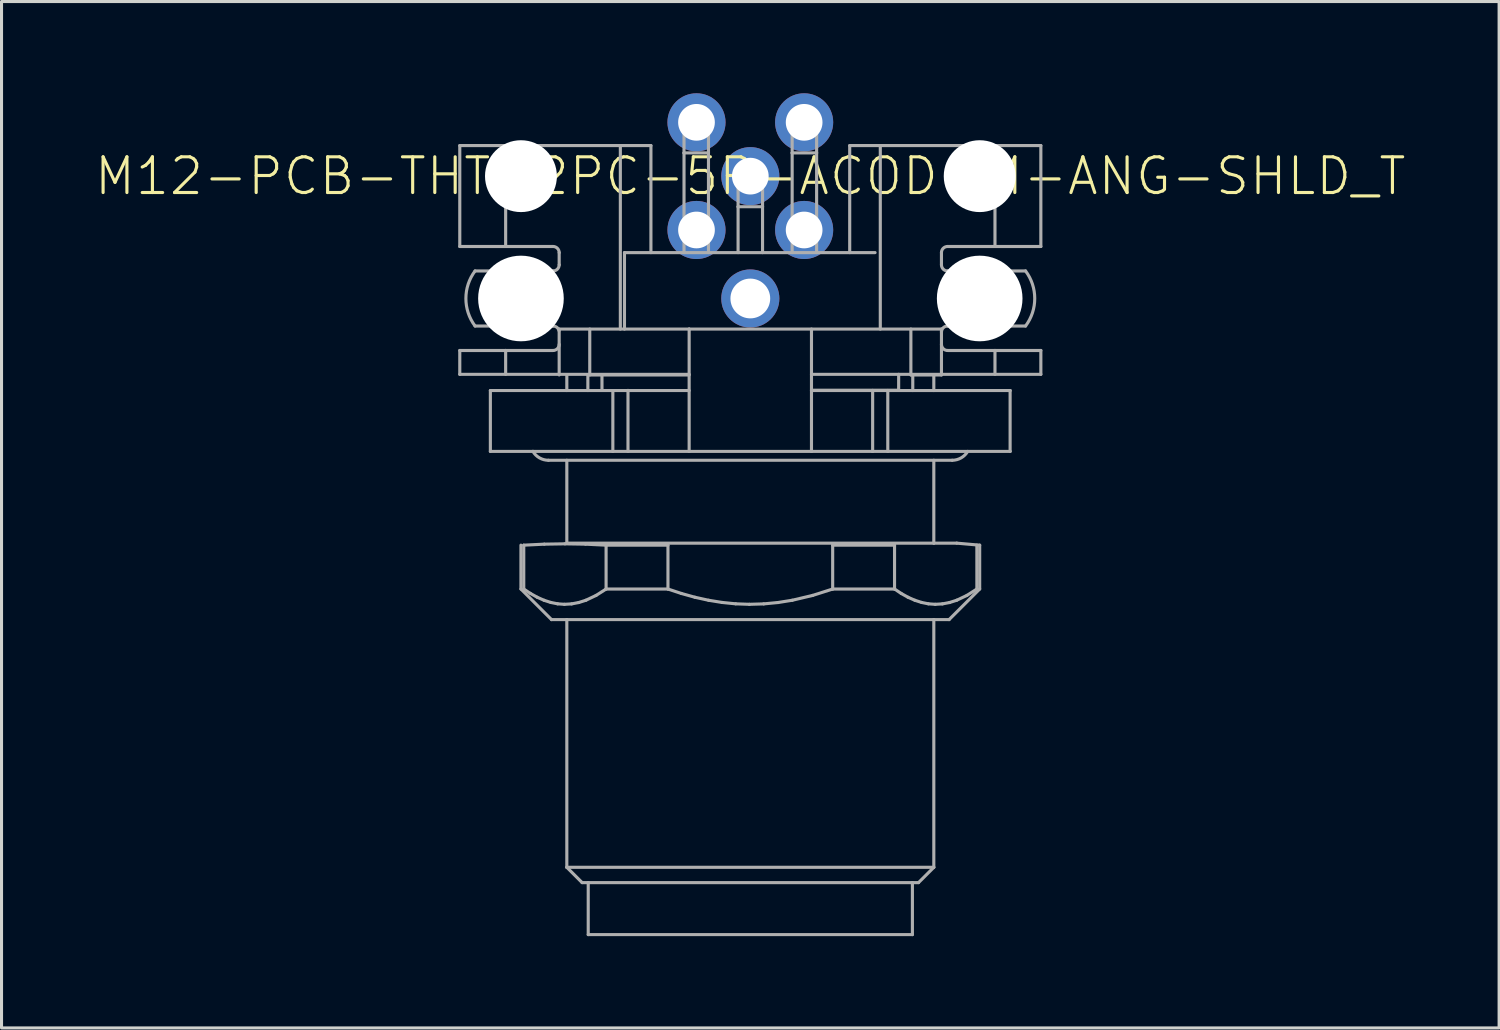
<source format=kicad_pcb>
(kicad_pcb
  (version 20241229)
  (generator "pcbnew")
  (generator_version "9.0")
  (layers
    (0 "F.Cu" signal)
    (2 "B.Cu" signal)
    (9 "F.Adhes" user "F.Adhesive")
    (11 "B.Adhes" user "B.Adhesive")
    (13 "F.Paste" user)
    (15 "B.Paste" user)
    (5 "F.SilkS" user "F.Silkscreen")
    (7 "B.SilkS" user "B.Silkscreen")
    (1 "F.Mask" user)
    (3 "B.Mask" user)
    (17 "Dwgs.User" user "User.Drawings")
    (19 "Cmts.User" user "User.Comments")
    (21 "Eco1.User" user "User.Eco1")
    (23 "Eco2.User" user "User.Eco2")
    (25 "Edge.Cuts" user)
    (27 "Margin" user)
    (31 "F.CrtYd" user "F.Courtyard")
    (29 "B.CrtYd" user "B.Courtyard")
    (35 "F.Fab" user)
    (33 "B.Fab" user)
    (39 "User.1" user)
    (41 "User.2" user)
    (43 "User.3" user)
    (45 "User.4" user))
  (footprint "M12-PCB-THT-2PC-5P-ACOD-M-ANG-SHLD_T"
    (layer "F.Cu")
    (at 21.484 2.71)
    (property "Reference" "M12-PCB-THT-2PC-5P-ACOD-M-ANG-SHLD_T" (at 0 0 0) (unlocked yes) (layer "F.SilkS") (effects (font (size 1.168 1.168) (thickness 0.102))))
    (fp_line (start -9.5 -1) (end -9.5 2.3) (stroke (width 0.102) (type solid)) (layer "F.Fab"))
    (fp_line (start -9.5 6.48) (end -9.5 5.7) (stroke (width 0.102) (type solid)) (layer "F.Fab"))
    (fp_line (start -9 4.9) (end -6.45 4.9) (stroke (width 0.102) (type solid)) (layer "F.Fab"))
    (fp_line (start -8.55 -0.5) (end -8.182 -0.5) (stroke (width 0.001) (type solid)) (layer "F.Fab"))
    (fp_line (start -8.5 3.1) (end -8.5 4.9) (stroke (width 0.102) (type solid)) (layer "F.Fab"))
    (fp_line (start -8.5 7.01) (end -8.5 9) (stroke (width 0.102) (type solid)) (layer "F.Fab"))
    (fp_line (start -8.5 7.01) (end -2 7.01) (stroke (width 0.102) (type solid)) (layer "F.Fab"))
    (fp_line (start -8.5 9) (end -7.108 9) (stroke (width 0.102) (type solid)) (layer "F.Fab"))
    (fp_line (start -8.495 9) (end -8.495 7.007) (stroke (width 0.001) (type solid)) (layer "F.Fab"))
    (fp_line (start -8.366 -0.316) (end -8.366 -0.684) (stroke (width 0.001) (type solid)) (layer "F.Fab"))
    (fp_line (start -8.235 0) (end -6.765 0) (stroke (width 0.001) (type solid)) (layer "F.Fab"))
    (fp_line (start -8 3.1) (end -9 3.1) (stroke (width 0.102) (type solid)) (layer "F.Fab"))
    (fp_line (start -8 3.1) (end -8 4.9) (stroke (width 0.102) (type solid)) (layer "F.Fab"))
    (fp_line (start -8 -1) (end -9.5 -1) (stroke (width 0.102) (type solid)) (layer "F.Fab"))
    (fp_line (start -8 -1) (end -8 2.3) (stroke (width 0.102) (type solid)) (layer "F.Fab"))
    (fp_line (start -8 2.3) (end -9.5 2.3) (stroke (width 0.102) (type solid)) (layer "F.Fab"))
    (fp_line (start -8 5.7) (end -9.5 5.7) (stroke (width 0.102) (type solid)) (layer "F.Fab"))
    (fp_line (start -8 6.48) (end -8 5.7) (stroke (width 0.102) (type solid)) (layer "F.Fab"))
    (fp_line (start -7.684 1) (end -7.316 1) (stroke (width 0.001) (type solid)) (layer "F.Fab"))
    (fp_line (start -7.5 0.735) (end -7.5 -0.735) (stroke (width 0.001) (type solid)) (layer "F.Fab"))
    (fp_line (start -7.5 1.184) (end -7.5 0.816) (stroke (width 0.001) (type solid)) (layer "F.Fab"))
    (fp_line (start -7.5 12.066) (end -7.5 13.5) (stroke (width 0.102) (type solid)) (layer "F.Fab"))
    (fp_line (start -7.5 12.066) (end -7.408 12.066) (stroke (width 0.001) (type solid)) (layer "F.Fab"))
    (fp_line (start -7.5 13.5) (end -7.408 13.5) (stroke (width 0.001) (type solid)) (layer "F.Fab"))
    (fp_line (start -7.5 13.5) (end -6.5 14.5) (stroke (width 0.102) (type solid)) (layer "F.Fab"))
    (fp_line (start -7.408 13.5) (end -7.408 12.066) (stroke (width 0.102) (type solid)) (layer "F.Fab"))
    (fp_line (start -7.22 8.7) (end -5.981 8.7) (stroke (width 0.001) (type solid)) (layer "F.Fab"))
    (fp_line (start -7.19 13.645) (end -7.408 13.5) (stroke (width 0.102) (type solid)) (layer "F.Fab"))
    (fp_line (start -7.108 9) (end -4.495 9) (stroke (width 0.102) (type solid)) (layer "F.Fab"))
    (fp_line (start -6.968 13.769) (end -7.19 13.645) (stroke (width 0.102) (type solid)) (layer "F.Fab"))
    (fp_line (start -6.818 -0.5) (end -6.45 -0.5) (stroke (width 0.001) (type solid)) (layer "F.Fab"))
    (fp_line (start -6.75 12) (end -7.5 12.066) (stroke (width 0.001) (type solid)) (layer "F.Fab"))
    (fp_line (start -6.744 13.868) (end -6.968 13.769) (stroke (width 0.102) (type solid)) (layer "F.Fab"))
    (fp_line (start -6.735 12.033) (end -7.408 12.066) (stroke (width 0.102) (type solid)) (layer "F.Fab"))
    (fp_line (start -6.634 -0.316) (end -6.634 -0.684) (stroke (width 0.001) (type solid)) (layer "F.Fab"))
    (fp_line (start -6.6 9.29) (end -6.6 8.081) (stroke (width 0.001) (type solid)) (layer "F.Fab"))
    (fp_line (start -6.6 9.29) (end 6.6 9.29) (stroke (width 0.102) (type solid)) (layer "F.Fab"))
    (fp_line (start -6.6 9.29) (end -6.6 9.29) (stroke (width 0.001) (type solid)) (layer "F.Fab"))
    (fp_line (start -6.6 9.319) (end -6.6 9.29) (stroke (width 0.001) (type solid)) (layer "F.Fab"))
    (fp_line (start -6.524 13.939) (end -6.744 13.868) (stroke (width 0.102) (type solid)) (layer "F.Fab"))
    (fp_line (start -6.5 14.5) (end -6 14.5) (stroke (width 0.102) (type solid)) (layer "F.Fab"))
    (fp_line (start -6.45 2.3) (end -8 2.3) (stroke (width 0.102) (type solid)) (layer "F.Fab"))
    (fp_line (start -6.45 3.1) (end -8 3.1) (stroke (width 0.102) (type solid)) (layer "F.Fab"))
    (fp_line (start -6.45 5.7) (end -8 5.7) (stroke (width 0.102) (type solid)) (layer "F.Fab"))
    (fp_line (start -6.301 13.984) (end -6.524 13.939) (stroke (width 0.102) (type solid)) (layer "F.Fab"))
    (fp_line (start -6.25 2.5) (end -6.25 2.9) (stroke (width 0.102) (type solid)) (layer "F.Fab"))
    (fp_line (start -6.25 6.5) (end -6.25 5) (stroke (width 0.102) (type solid)) (layer "F.Fab"))
    (fp_line (start -6.079 14) (end -6.301 13.984) (stroke (width 0.102) (type solid)) (layer "F.Fab"))
    (fp_line (start -6.061 12.022) (end -6.735 12.033) (stroke (width 0.102) (type solid)) (layer "F.Fab"))
    (fp_line (start -6 6.5) (end -6 7.01) (stroke (width 0.102) (type solid)) (layer "F.Fab"))
    (fp_line (start -6 9.29) (end -6 12) (stroke (width 0.102) (type solid)) (layer "F.Fab"))
    (fp_line (start -6 12) (end -6.75 12) (stroke (width 0.001) (type solid)) (layer "F.Fab"))
    (fp_line (start -6 14.5) (end -6 22.6) (stroke (width 0.102) (type solid)) (layer "F.Fab"))
    (fp_line (start -6 14.5) (end 6 14.5) (stroke (width 0.102) (type solid)) (layer "F.Fab"))
    (fp_line (start -6 22.6) (end -5.5 23.1) (stroke (width 0.102) (type solid)) (layer "F.Fab"))
    (fp_line (start -6 22.6) (end 6 22.6) (stroke (width 0.102) (type solid)) (layer "F.Fab"))
    (fp_line (start -5.843 13.986) (end -6.079 14) (stroke (width 0.102) (type solid)) (layer "F.Fab"))
    (fp_line (start -5.609 13.941) (end -5.843 13.986) (stroke (width 0.102) (type solid)) (layer "F.Fab"))
    (fp_line (start -5.5 23.1) (end 5.5 23.1) (stroke (width 0.102) (type solid)) (layer "F.Fab"))
    (fp_line (start -5.389 12.033) (end -6.061 12.022) (stroke (width 0.102) (type solid)) (layer "F.Fab"))
    (fp_line (start -5.376 13.867) (end -5.609 13.941) (stroke (width 0.102) (type solid)) (layer "F.Fab"))
    (fp_line (start -5.312 6.5) (end -5.312 7.01) (stroke (width 0.102) (type solid)) (layer "F.Fab"))
    (fp_line (start -5.3 23.1) (end -5.3 24.8) (stroke (width 0.102) (type solid)) (layer "F.Fab"))
    (fp_line (start -5.25 6.5) (end -6.25 6.5) (stroke (width 0.001) (type solid)) (layer "F.Fab"))
    (fp_line (start -5.25 6.5) (end -5.25 5) (stroke (width 0.102) (type solid)) (layer "F.Fab"))
    (fp_line (start -5.043 13.709) (end -5.376 13.867) (stroke (width 0.102) (type solid)) (layer "F.Fab"))
    (fp_line (start -4.851 6.5) (end -4.85 7) (stroke (width 0.102) (type solid)) (layer "F.Fab"))
    (fp_line (start -4.85 7) (end -2 7) (stroke (width 0.001) (type solid)) (layer "F.Fab"))
    (fp_line (start -4.716 12.066) (end -5.389 12.033) (stroke (width 0.102) (type solid)) (layer "F.Fab"))
    (fp_line (start -4.716 12.066) (end -2.693 12.066) (stroke (width 0.102) (type solid)) (layer "F.Fab"))
    (fp_line (start -4.716 13.5) (end -5.043 13.709) (stroke (width 0.102) (type solid)) (layer "F.Fab"))
    (fp_line (start -4.716 13.5) (end -4.716 12.066) (stroke (width 0.102) (type solid)) (layer "F.Fab"))
    (fp_line (start -4.716 13.5) (end -2.693 13.5) (stroke (width 0.102) (type solid)) (layer "F.Fab"))
    (fp_line (start -4.495 7.01) (end -4.495 9) (stroke (width 0.102) (type solid)) (layer "F.Fab"))
    (fp_line (start -4.495 9) (end -4 9) (stroke (width 0.102) (type solid)) (layer "F.Fab"))
    (fp_line (start -4.25 -1) (end -8 -1) (stroke (width 0.102) (type solid)) (layer "F.Fab"))
    (fp_line (start -4.25 5) (end -4.25 -1) (stroke (width 0.102) (type solid)) (layer "F.Fab"))
    (fp_line (start -4.115 2.5) (end -4.115 5) (stroke (width 0.102) (type solid)) (layer "F.Fab"))
    (fp_line (start -4.115 2.5) (end 4.079 2.5) (stroke (width 0.102) (type solid)) (layer "F.Fab"))
    (fp_line (start -4 7.005) (end -4 9) (stroke (width 0.102) (type solid)) (layer "F.Fab"))
    (fp_line (start -4 9) (end -2 9) (stroke (width 0.102) (type solid)) (layer "F.Fab"))
    (fp_line (start -3.25 -1) (end -4.25 -1) (stroke (width 0.102) (type solid)) (layer "F.Fab"))
    (fp_line (start -3.25 2.5) (end -3.25 -1) (stroke (width 0.102) (type solid)) (layer "F.Fab"))
    (fp_line (start -2.693 13.5) (end -2.693 12.066) (stroke (width 0.102) (type solid)) (layer "F.Fab"))
    (fp_line (start -2.256 13.645) (end -2.693 13.5) (stroke (width 0.102) (type solid)) (layer "F.Fab"))
    (fp_line (start -2.188 -1.76) (end -2.168 -1.76) (stroke (width 0.001) (type solid)) (layer "F.Fab"))
    (fp_line (start -2.168 -1.76) (end -2.168 -0.76) (stroke (width 0.102) (type solid)) (layer "F.Fab"))
    (fp_line (start -2.168 -0.76) (end -2.168 2.5) (stroke (width 0.102) (type solid)) (layer "F.Fab"))
    (fp_line (start -2 5) (end -6.25 5) (stroke (width 0.102) (type solid)) (layer "F.Fab"))
    (fp_line (start -2 6.48) (end -9.5 6.48) (stroke (width 0.102) (type solid)) (layer "F.Fab"))
    (fp_line (start -2 6.5) (end -5.25 6.5) (stroke (width 0.102) (type solid)) (layer "F.Fab"))
    (fp_line (start -2 9) (end -2 5) (stroke (width 0.102) (type solid)) (layer "F.Fab"))
    (fp_line (start -2 9) (end 2 9) (stroke (width 0.102) (type solid)) (layer "F.Fab"))
    (fp_line (start -1.812 13.769) (end -2.256 13.645) (stroke (width 0.102) (type solid)) (layer "F.Fab"))
    (fp_line (start -1.368 -1.76) (end -1.348 -1.76) (stroke (width 0.001) (type solid)) (layer "F.Fab"))
    (fp_line (start -1.368 -0.76) (end -2.168 -0.76) (stroke (width 0.102) (type solid)) (layer "F.Fab"))
    (fp_line (start -1.368 -0.76) (end -1.368 -1.76) (stroke (width 0.102) (type solid)) (layer "F.Fab"))
    (fp_line (start -1.368 2.5) (end -1.368 -0.76) (stroke (width 0.102) (type solid)) (layer "F.Fab"))
    (fp_line (start -1.363 13.868) (end -1.812 13.769) (stroke (width 0.102) (type solid)) (layer "F.Fab"))
    (fp_line (start -1.346 12.033) (end -2.693 12.066) (stroke (width 0.001) (type solid)) (layer "F.Fab"))
    (fp_line (start -0.923 13.939) (end -1.363 13.868) (stroke (width 0.102) (type solid)) (layer "F.Fab"))
    (fp_line (start -0.478 13.984) (end -0.923 13.939) (stroke (width 0.102) (type solid)) (layer "F.Fab"))
    (fp_line (start -0.42 0) (end -0.4 0) (stroke (width 0.001) (type solid)) (layer "F.Fab"))
    (fp_line (start -0.4 0) (end -0.4 1) (stroke (width 0.102) (type solid)) (layer "F.Fab"))
    (fp_line (start -0.4 1) (end -0.4 2.5) (stroke (width 0.102) (type solid)) (layer "F.Fab"))
    (fp_line (start -0.033 14) (end -0.478 13.984) (stroke (width 0.102) (type solid)) (layer "F.Fab"))
    (fp_line (start 0.001 12.022) (end -1.346 12.033) (stroke (width 0.001) (type solid)) (layer "F.Fab"))
    (fp_line (start 0.4 1) (end -0.4 1) (stroke (width 0.102) (type solid)) (layer "F.Fab"))
    (fp_line (start 0.4 1) (end 0.4 0) (stroke (width 0.102) (type solid)) (layer "F.Fab"))
    (fp_line (start 0.4 2.5) (end 0.4 1) (stroke (width 0.102) (type solid)) (layer "F.Fab"))
    (fp_line (start 0.438 13.986) (end -0.033 14) (stroke (width 0.102) (type solid)) (layer "F.Fab"))
    (fp_line (start 0.907 13.941) (end 0.438 13.986) (stroke (width 0.102) (type solid)) (layer "F.Fab"))
    (fp_line (start 1.347 12.033) (end 0.001 12.022) (stroke (width 0.001) (type solid)) (layer "F.Fab"))
    (fp_line (start 1.348 -1.76) (end 1.368 -1.76) (stroke (width 0.001) (type solid)) (layer "F.Fab"))
    (fp_line (start 1.368 -1.76) (end 1.368 -0.76) (stroke (width 0.102) (type solid)) (layer "F.Fab"))
    (fp_line (start 1.368 -0.76) (end 1.368 2.5) (stroke (width 0.102) (type solid)) (layer "F.Fab"))
    (fp_line (start 1.372 13.867) (end 0.907 13.941) (stroke (width 0.102) (type solid)) (layer "F.Fab"))
    (fp_line (start 2 5) (end 2 9) (stroke (width 0.102) (type solid)) (layer "F.Fab"))
    (fp_line (start 2 7) (end 4.85 7) (stroke (width 0.102) (type solid)) (layer "F.Fab"))
    (fp_line (start 2 7.01) (end 8.5 7.01) (stroke (width 0.102) (type solid)) (layer "F.Fab"))
    (fp_line (start 2 9) (end 4 9) (stroke (width 0.102) (type solid)) (layer "F.Fab"))
    (fp_line (start 2.039 13.709) (end 1.372 13.867) (stroke (width 0.102) (type solid)) (layer "F.Fab"))
    (fp_line (start 2.168 -1.76) (end 2.188 -1.76) (stroke (width 0.001) (type solid)) (layer "F.Fab"))
    (fp_line (start 2.168 -0.76) (end 1.368 -0.76) (stroke (width 0.102) (type solid)) (layer "F.Fab"))
    (fp_line (start 2.168 -0.76) (end 2.168 -1.76) (stroke (width 0.102) (type solid)) (layer "F.Fab"))
    (fp_line (start 2.168 2.5) (end 2.168 -0.76) (stroke (width 0.102) (type solid)) (layer "F.Fab"))
    (fp_line (start 2.693 12.066) (end 1.347 12.033) (stroke (width 0.001) (type solid)) (layer "F.Fab"))
    (fp_line (start 2.693 12.066) (end 4.716 12.066) (stroke (width 0.102) (type solid)) (layer "F.Fab"))
    (fp_line (start 2.693 13.5) (end 2.039 13.709) (stroke (width 0.102) (type solid)) (layer "F.Fab"))
    (fp_line (start 2.693 13.5) (end 2.693 12.066) (stroke (width 0.102) (type solid)) (layer "F.Fab"))
    (fp_line (start 2.693 13.5) (end 4.716 13.5) (stroke (width 0.102) (type solid)) (layer "F.Fab"))
    (fp_line (start 3.25 -1) (end 4.25 -1) (stroke (width 0.102) (type solid)) (layer "F.Fab"))
    (fp_line (start 3.25 2.5) (end 3.25 -1) (stroke (width 0.102) (type solid)) (layer "F.Fab"))
    (fp_line (start 4 7.005) (end 4 9) (stroke (width 0.102) (type solid)) (layer "F.Fab"))
    (fp_line (start 4 9) (end 4.495 9) (stroke (width 0.102) (type solid)) (layer "F.Fab"))
    (fp_line (start 4.079 2.5) (end 4.079 5) (stroke (width 0.001) (type solid)) (layer "F.Fab"))
    (fp_line (start 4.079 2.5) (end 4.1 2.5) (stroke (width 0.001) (type solid)) (layer "F.Fab"))
    (fp_line (start 4.1 5) (end 4.1 2.5) (stroke (width 0.001) (type solid)) (layer "F.Fab"))
    (fp_line (start 4.25 -1) (end 8 -1) (stroke (width 0.102) (type solid)) (layer "F.Fab"))
    (fp_line (start 4.25 5) (end 4.25 -1) (stroke (width 0.102) (type solid)) (layer "F.Fab"))
    (fp_line (start 4.495 7.007) (end 4.495 9) (stroke (width 0.102) (type solid)) (layer "F.Fab"))
    (fp_line (start 4.495 9) (end 8.5 9) (stroke (width 0.102) (type solid)) (layer "F.Fab"))
    (fp_line (start 4.716 13.5) (end 4.716 12.066) (stroke (width 0.102) (type solid)) (layer "F.Fab"))
    (fp_line (start 4.85 7) (end 4.851 6.48) (stroke (width 0.102) (type solid)) (layer "F.Fab"))
    (fp_line (start 4.934 13.645) (end 4.716 13.5) (stroke (width 0.102) (type solid)) (layer "F.Fab"))
    (fp_line (start 5.156 13.769) (end 4.934 13.645) (stroke (width 0.102) (type solid)) (layer "F.Fab"))
    (fp_line (start 5.25 6.5) (end 5.25 5) (stroke (width 0.102) (type solid)) (layer "F.Fab"))
    (fp_line (start 5.3 24.8) (end -5.3 24.8) (stroke (width 0.102) (type solid)) (layer "F.Fab"))
    (fp_line (start 5.3 24.8) (end 5.3 23.1) (stroke (width 0.102) (type solid)) (layer "F.Fab"))
    (fp_line (start 5.312 6.5) (end 5.312 7.01) (stroke (width 0.102) (type solid)) (layer "F.Fab"))
    (fp_line (start 5.381 13.868) (end 5.156 13.769) (stroke (width 0.102) (type solid)) (layer "F.Fab"))
    (fp_line (start 5.389 12.033) (end 4.716 12.066) (stroke (width 0.001) (type solid)) (layer "F.Fab"))
    (fp_line (start 5.5 23.1) (end 6 22.6) (stroke (width 0.102) (type solid)) (layer "F.Fab"))
    (fp_line (start 5.601 13.939) (end 5.381 13.868) (stroke (width 0.102) (type solid)) (layer "F.Fab"))
    (fp_line (start 5.823 13.984) (end 5.601 13.939) (stroke (width 0.102) (type solid)) (layer "F.Fab"))
    (fp_line (start 5.981 8.7) (end 7.22 8.7) (stroke (width 0.001) (type solid)) (layer "F.Fab"))
    (fp_line (start 6 6.5) (end 6 7.01) (stroke (width 0.102) (type solid)) (layer "F.Fab"))
    (fp_line (start 6 12) (end -6 12) (stroke (width 0.102) (type solid)) (layer "F.Fab"))
    (fp_line (start 6 12) (end 6 9.29) (stroke (width 0.102) (type solid)) (layer "F.Fab"))
    (fp_line (start 6 14.5) (end 6.5 14.5) (stroke (width 0.102) (type solid)) (layer "F.Fab"))
    (fp_line (start 6 22.6) (end 6 14.5) (stroke (width 0.102) (type solid)) (layer "F.Fab"))
    (fp_line (start 6.046 14) (end 5.823 13.984) (stroke (width 0.102) (type solid)) (layer "F.Fab"))
    (fp_line (start 6.063 12.022) (end 5.389 12.033) (stroke (width 0.001) (type solid)) (layer "F.Fab"))
    (fp_line (start 6.25 2.9) (end 6.25 2.5) (stroke (width 0.102) (type solid)) (layer "F.Fab"))
    (fp_line (start 6.25 5) (end -2 5) (stroke (width 0.102) (type solid)) (layer "F.Fab"))
    (fp_line (start 6.25 6.5) (end 5.25 6.5) (stroke (width 0.102) (type solid)) (layer "F.Fab"))
    (fp_line (start 6.25 6.5) (end 6.25 5) (stroke (width 0.102) (type solid)) (layer "F.Fab"))
    (fp_line (start 6.281 13.986) (end 6.046 14) (stroke (width 0.102) (type solid)) (layer "F.Fab"))
    (fp_line (start 6.45 4.9) (end 8 4.9) (stroke (width 0.102) (type solid)) (layer "F.Fab"))
    (fp_line (start 6.45 -0.5) (end 6.818 -0.5) (stroke (width 0.001) (type solid)) (layer "F.Fab"))
    (fp_line (start 6.5 14.5) (end 7.5 13.5) (stroke (width 0.102) (type solid)) (layer "F.Fab"))
    (fp_line (start 6.516 13.941) (end 6.281 13.986) (stroke (width 0.102) (type solid)) (layer "F.Fab"))
    (fp_line (start 6.6 9.29) (end 6.6 8.081) (stroke (width 0.001) (type solid)) (layer "F.Fab"))
    (fp_line (start 6.6 9.319) (end 6.6 9.29) (stroke (width 0.001) (type solid)) (layer "F.Fab"))
    (fp_line (start 6.634 -0.316) (end 6.634 -0.684) (stroke (width 0.001) (type solid)) (layer "F.Fab"))
    (fp_line (start 6.736 12.033) (end 6.063 12.022) (stroke (width 0.001) (type solid)) (layer "F.Fab"))
    (fp_line (start 6.748 13.867) (end 6.516 13.941) (stroke (width 0.102) (type solid)) (layer "F.Fab"))
    (fp_line (start 6.75 12) (end 6 12) (stroke (width 0.102) (type solid)) (layer "F.Fab"))
    (fp_line (start 6.765 0) (end 8.235 0) (stroke (width 0.001) (type solid)) (layer "F.Fab"))
    (fp_line (start 7.082 13.709) (end 6.748 13.867) (stroke (width 0.102) (type solid)) (layer "F.Fab"))
    (fp_line (start 7.316 1) (end 7.684 1) (stroke (width 0.001) (type solid)) (layer "F.Fab"))
    (fp_line (start 7.408 12.066) (end 6.736 12.033) (stroke (width 0.001) (type solid)) (layer "F.Fab"))
    (fp_line (start 7.408 12.066) (end 7.5 12.066) (stroke (width 0.001) (type solid)) (layer "F.Fab"))
    (fp_line (start 7.408 13.5) (end 7.082 13.709) (stroke (width 0.102) (type solid)) (layer "F.Fab"))
    (fp_line (start 7.408 13.5) (end 7.408 12.066) (stroke (width 0.102) (type solid)) (layer "F.Fab"))
    (fp_line (start 7.408 13.5) (end 7.5 13.5) (stroke (width 0.001) (type solid)) (layer "F.Fab"))
    (fp_line (start 7.5 0.735) (end 7.5 -0.735) (stroke (width 0.001) (type solid)) (layer "F.Fab"))
    (fp_line (start 7.5 1.184) (end 7.5 0.816) (stroke (width 0.001) (type solid)) (layer "F.Fab"))
    (fp_line (start 7.5 12.066) (end 6.75 12) (stroke (width 0.102) (type solid)) (layer "F.Fab"))
    (fp_line (start 7.5 13.5) (end 7.5 12.066) (stroke (width 0.102) (type solid)) (layer "F.Fab"))
    (fp_line (start 8 -1) (end 9.5 -1) (stroke (width 0.102) (type solid)) (layer "F.Fab"))
    (fp_line (start 8 2.3) (end 6.45 2.3) (stroke (width 0.102) (type solid)) (layer "F.Fab"))
    (fp_line (start 8 2.3) (end 8 -1) (stroke (width 0.102) (type solid)) (layer "F.Fab"))
    (fp_line (start 8 5.7) (end 6.45 5.7) (stroke (width 0.102) (type solid)) (layer "F.Fab"))
    (fp_line (start 8 6.48) (end 8 5.7) (stroke (width 0.102) (type solid)) (layer "F.Fab"))
    (fp_line (start 8 4.9) (end 8 3.1) (stroke (width 0.102) (type solid)) (layer "F.Fab"))
    (fp_line (start 8 4.9) (end 9 4.9) (stroke (width 0.102) (type solid)) (layer "F.Fab"))
    (fp_line (start 8.182 -0.5) (end 8.55 -0.5) (stroke (width 0.001) (type solid)) (layer "F.Fab"))
    (fp_line (start 8.366 -0.316) (end 8.366 -0.684) (stroke (width 0.001) (type solid)) (layer "F.Fab"))
    (fp_line (start 8.495 7.01) (end 8.495 9) (stroke (width 0.102) (type solid)) (layer "F.Fab"))
    (fp_line (start 8.5 9) (end 8.5 7.01) (stroke (width 0.001) (type solid)) (layer "F.Fab"))
    (fp_line (start 8.5 4.9) (end 8.5 3.1) (stroke (width 0.102) (type solid)) (layer "F.Fab"))
    (fp_line (start 9 3.1) (end 6.45 3.1) (stroke (width 0.102) (type solid)) (layer "F.Fab"))
    (fp_line (start 9.5 2.3) (end 8 2.3) (stroke (width 0.102) (type solid)) (layer "F.Fab"))
    (fp_line (start 9.5 2.3) (end 9.5 -1) (stroke (width 0.102) (type solid)) (layer "F.Fab"))
    (fp_line (start 9.5 5.7) (end 8 5.7) (stroke (width 0.102) (type solid)) (layer "F.Fab"))
    (fp_line (start 9.5 6.48) (end 2 6.48) (stroke (width 0.102) (type solid)) (layer "F.Fab"))
    (fp_line (start 9.5 6.48) (end 9.5 5.7) (stroke (width 0.102) (type solid)) (layer "F.Fab"))
    (fp_arc (start -9.000189 4.900001) (mid -9.30019 4.000001) (end -9.00019 3.1) (stroke (width 0.1016) (type solid)) (layer "F.Fab"))
    (fp_arc (start -6.6 9.290004) (mid -6.892492 9.212399) (end -7.10804 9) (stroke (width 0.1016) (type solid)) (layer "F.Fab"))
    (fp_arc (start -6.45 2.3) (mid -6.308579 2.358579) (end -6.25 2.5) (stroke (width 0.1016) (type solid)) (layer "F.Fab"))
    (fp_arc (start -6.449999 4.899996) (mid -6.326915 4.942355) (end -6.255968 5.05149) (stroke (width 0.1016) (type solid)) (layer "F.Fab"))
    (fp_arc (start -6.25 2.9) (mid -6.308579 3.041421) (end -6.45 3.1) (stroke (width 0.1016) (type solid)) (layer "F.Fab"))
    (fp_arc (start -6.25 5.5) (mid -6.308579 5.641421) (end -6.45 5.7) (stroke (width 0.1016) (type solid)) (layer "F.Fab"))
    (fp_arc (start -2.167768 -1.76) (mid -1.767768 -2.16) (end -1.367768 -1.76) (stroke (width 0.1016) (type solid)) (layer "F.Fab"))
    (fp_arc (start -0.4 0) (mid 0 -0.4) (end 0.4 0) (stroke (width 0.1016) (type solid)) (layer "F.Fab"))
    (fp_arc (start 1.367768 -1.76) (mid 1.767768 -2.16) (end 2.167768 -1.76) (stroke (width 0.1016) (type solid)) (layer "F.Fab"))
    (fp_arc (start 6.25 2.5) (mid 6.308579 2.358579) (end 6.45 2.3) (stroke (width 0.1016) (type solid)) (layer "F.Fab"))
    (fp_arc (start 6.25 5.1) (mid 6.308579 4.958579) (end 6.45 4.9) (stroke (width 0.1016) (type solid)) (layer "F.Fab"))
    (fp_arc (start 6.45 3.1) (mid 6.308579 3.041421) (end 6.25 2.9) (stroke (width 0.1016) (type solid)) (layer "F.Fab"))
    (fp_arc (start 6.45 5.7) (mid 6.308579 5.641421) (end 6.25 5.5) (stroke (width 0.1016) (type solid)) (layer "F.Fab"))
    (fp_arc (start 7.108038 8.999995) (mid 6.892492 9.212395) (end 6.6 9.29) (stroke (width 0.1016) (type solid)) (layer "F.Fab"))
    (fp_arc (start 9.000189 3.099999) (mid 9.30019 3.999999) (end 9.00019 4.9) (stroke (width 0.1016) (type solid)) (layer "F.Fab"))
    (pad "" np_thru_hole circle (at -7.5 0) (size 2.35 2.35) (drill 2.35) (layers "*.Cu" "*.Mask"))
    (pad "" np_thru_hole circle (at -7.5 4) (size 2.8 2.8) (drill 2.8) (layers "*.Cu" "*.Mask"))
    (pad "" np_thru_hole circle (at 7.5 0) (size 2.35 2.35) (drill 2.35) (layers "*.Cu" "*.Mask"))
    (pad "" np_thru_hole circle (at 7.5 4) (size 2.8 2.8) (drill 2.8) (layers "*.Cu" "*.Mask"))
    (pad "1" thru_hole circle (at 1.76 -1.76) (size 1.9 1.9) (drill 1.2) (layers "*.Cu" "*.Mask"))
    (pad "2" thru_hole circle (at -1.76 -1.76) (size 1.9 1.9) (drill 1.2) (layers "*.Cu" "*.Mask"))
    (pad "3" thru_hole circle (at -1.76 1.76) (size 1.9 1.9) (drill 1.2) (layers "*.Cu" "*.Mask"))
    (pad "4" thru_hole circle (at 1.76 1.76) (size 1.9 1.9) (drill 1.2) (layers "*.Cu" "*.Mask"))
    (pad "5" thru_hole circle (at 0 0) (size 1.9 1.9) (drill 1.2) (layers "*.Cu" "*.Mask"))
    (pad "SH" thru_hole circle (at 0 4) (size 1.9 1.9) (drill 1.3) (layers "*.Cu" "*.Mask")))
  (gr_rect
    (start -3 -3)
    (end 45.968 30.561)
    (stroke (width 0.1) (type default))
    (fill no)
    (layer "Edge.Cuts")))
</source>
